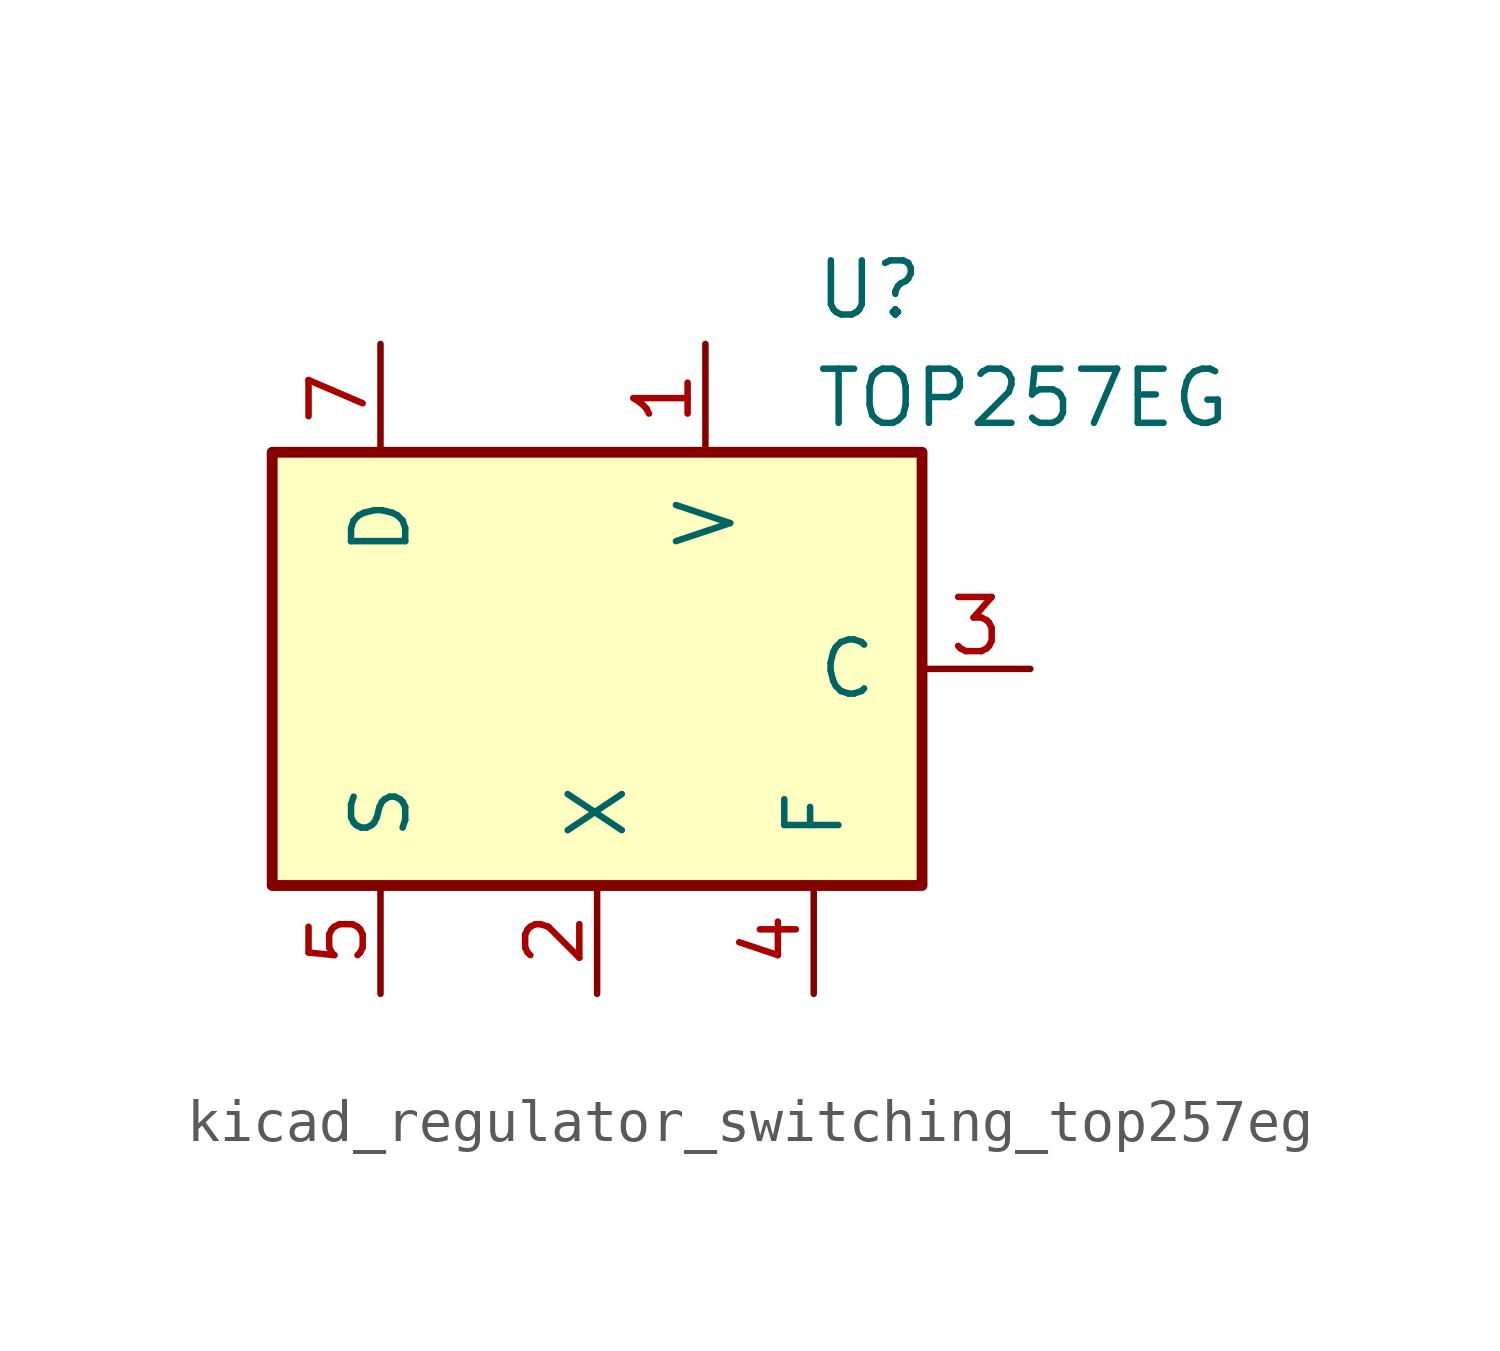
<source format=kicad_sym>
(kicad_symbol_lib
  (version 20220914)
  (generator kicad_symbol_editor)
  (symbol "kicad_regulator_switching_top257eg"
    (pin_names
      (offset 1.016))
    (property "Reference" "U"
      (at 5.08 8.89 0)
      (effects (font (size 1.27 1.27)) (justify left)))
    (property "Value" "TOP257EG"
      (at 5.08 6.35 0)
      (effects (font (size 1.27 1.27)) (justify left)))
    (symbol "kicad_regulator_switching_top257eg_0_1"
      (rectangle (start -7.62 5.08) (end 7.62 -5.08) (stroke (width 0.254) (type default)) (fill (type background))))
    (symbol "kicad_regulator_switching_top257eg_1_1"
      (pin input line (at 2.54 7.62 270) (length 2.54) (name "V" (effects (font (size 1.27 1.27)))) (number "1" (effects (font (size 1.27 1.27)))))
      (pin input line (at 0 -7.62 90) (length 2.54) (name "X" (effects (font (size 1.27 1.27)))) (number "2" (effects (font (size 1.27 1.27)))))
      (pin input line (at 10.16 0 180) (length 2.54) (name "C" (effects (font (size 1.27 1.27)))) (number "3" (effects (font (size 1.27 1.27)))))
      (pin passive line (at 5.08 -7.62 90) (length 2.54) (name "F" (effects (font (size 1.27 1.27)))) (number "4" (effects (font (size 1.27 1.27)))))
      (pin power_in line (at -5.08 -7.62 90) (length 2.54) (name "S" (effects (font (size 1.27 1.27)))) (number "5" (effects (font (size 1.27 1.27)))))
      (pin open_collector line (at -5.08 7.62 270) (length 2.54) (name "D" (effects (font (size 1.27 1.27)))) (number "7" (effects (font (size 1.27 1.27))))))))
</source>
